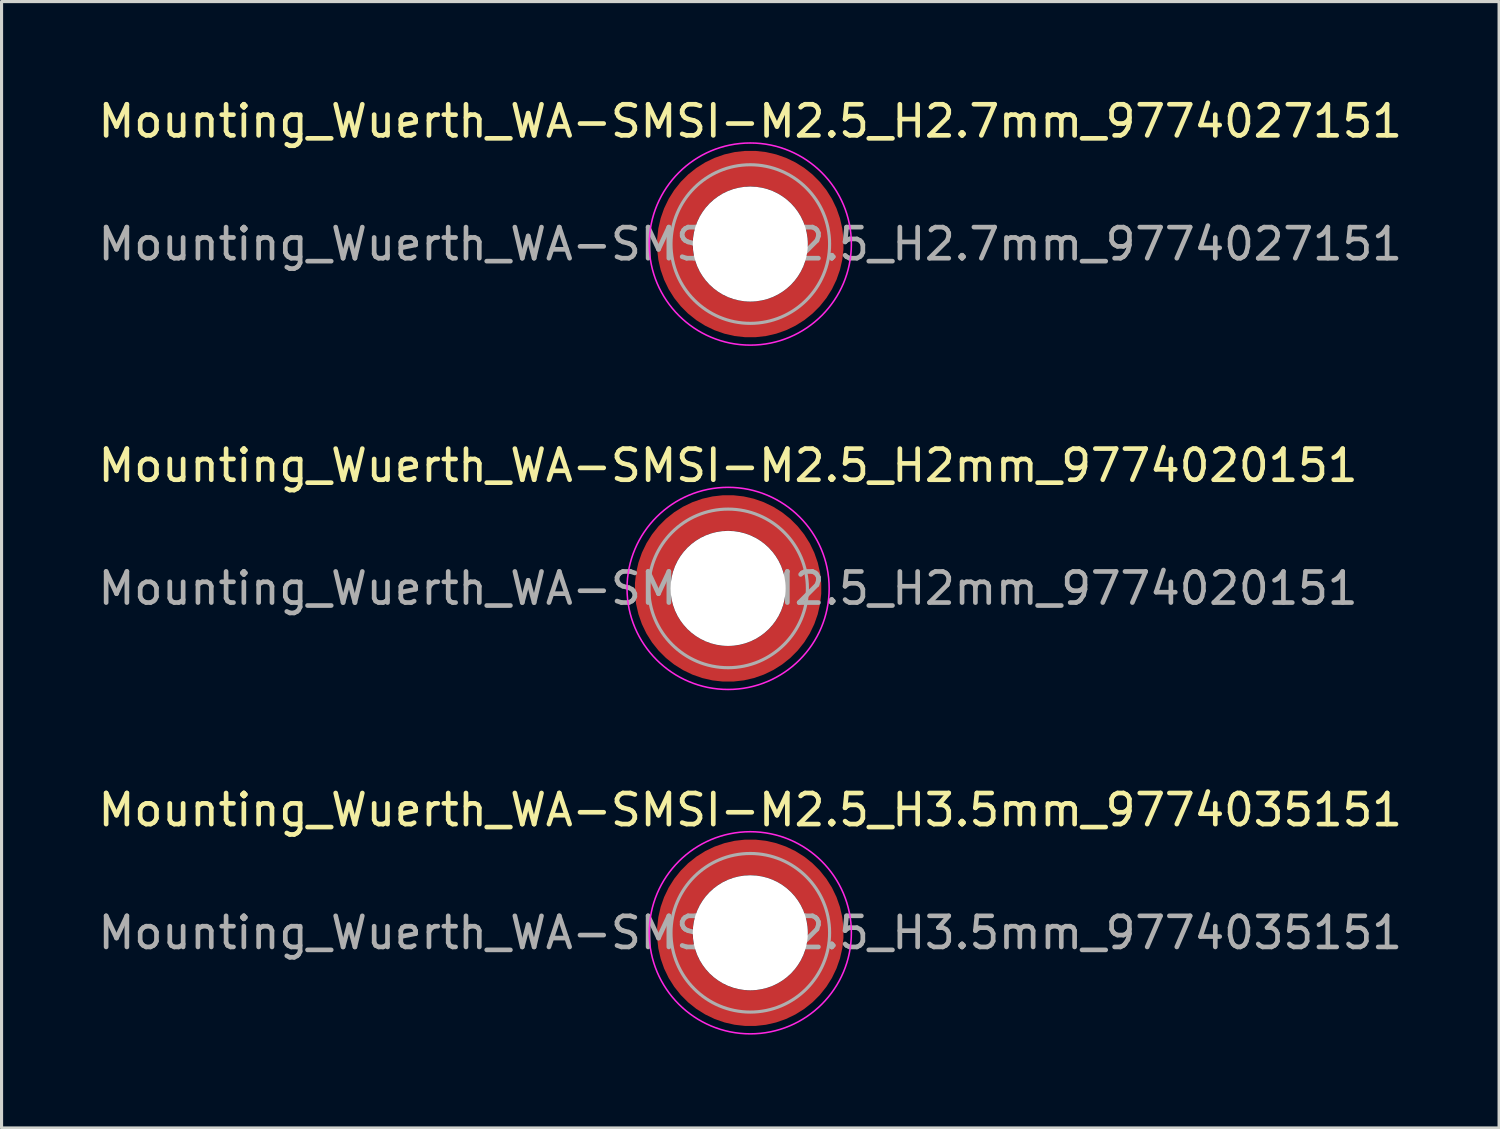
<source format=kicad_pcb>
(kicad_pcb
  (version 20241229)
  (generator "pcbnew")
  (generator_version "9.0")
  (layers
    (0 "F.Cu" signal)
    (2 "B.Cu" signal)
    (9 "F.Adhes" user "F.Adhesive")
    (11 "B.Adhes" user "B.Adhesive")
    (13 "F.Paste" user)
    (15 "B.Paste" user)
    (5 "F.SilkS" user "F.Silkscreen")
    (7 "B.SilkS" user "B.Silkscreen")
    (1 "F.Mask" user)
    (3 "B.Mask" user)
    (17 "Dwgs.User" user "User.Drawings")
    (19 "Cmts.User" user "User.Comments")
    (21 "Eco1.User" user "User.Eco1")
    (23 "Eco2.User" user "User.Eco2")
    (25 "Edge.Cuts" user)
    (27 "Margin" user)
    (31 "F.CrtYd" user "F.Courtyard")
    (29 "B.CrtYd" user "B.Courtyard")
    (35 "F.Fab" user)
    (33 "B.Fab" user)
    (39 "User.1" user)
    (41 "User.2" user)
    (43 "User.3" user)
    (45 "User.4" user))
  (footprint "Mounting_Wuerth_WA-SMSI-M2.5_H2mm_9774020151"
    (layer "F.Cu")
    (at 20.363 15.871)
    (property "Reference" "Mounting_Wuerth_WA-SMSI-M2.5_H2mm_9774020151" (at 0 -3.95 0) (layer "F.SilkS") (effects (font (size 1 1) (thickness 0.15))))
    (attr smd allow_soldermask_bridges)
    (fp_circle (center 0 0) (end 3.25 0) (stroke (width 0.05) (type solid)) (fill no) (layer "F.CrtYd"))
    (fp_circle (center 0 0) (end 2.55 0) (stroke (width 0.1) (type solid)) (fill no) (layer "F.Fab"))
    (fp_text user "${REFERENCE}" (at 0 0 0) (layer "F.Fab") (effects (font (size 1 1) (thickness 0.15))))
    (pad "" smd custom (at -1.704 -1.704) (size 0.51 0.51) (layers "F.Paste") (options (anchor circle)) (primitives (gr_arc (start -0.250195 1.279127) (mid 0.289914 0.289914) (end 1.279127 -0.250195) (width 0.2)) (gr_arc (start -0.34334 1.279127) (mid 0.225488 0.225488) (end 1.279127 -0.34334) (width 0.2)) (gr_arc (start -0.436309 1.279127) (mid 0.161063 0.161063) (end 1.279127 -0.436309) (width 0.2)) (gr_arc (start -0.529126 1.279127) (mid 0.096638 0.096638) (end 1.279127 -0.529126) (width 0.2)) (gr_arc (start -0.621807 1.279127) (mid 0.032213 0.032213) (end 1.279127 -0.621807) (width 0.2)) (gr_arc (start -0.71437 1.279127) (mid -0.032213 -0.032213) (end 1.279127 -0.71437) (width 0.2)) (gr_arc (start -0.806826 1.279127) (mid -0.096638 -0.096638) (end 1.279127 -0.806826) (width 0.2)) (gr_arc (start -0.899187 1.279127) (mid -0.161063 -0.161063) (end 1.279127 -0.899187) (width 0.2)) (gr_arc (start -0.991463 1.279127) (mid -0.225488 -0.225488) (end 1.279127 -0.991463) (width 0.2)) (gr_arc (start -1.083663 1.279127) (mid -0.289914 -0.289914) (end 1.279127 -1.083663) (width 0.2)) (gr_line (start 1.279 -0.25) (end 1.279 -1.084) (width 0.2)) (gr_line (start -0.25 1.279) (end -1.084 1.279) (width 0.2))))
    (pad "" smd custom (at -1.704 1.704) (size 0.51 0.51) (layers "F.Paste") (options (anchor circle)) (primitives (gr_arc (start 1.279127 0.250195) (mid 0.289914 -0.289914) (end -0.250195 -1.279127) (width 0.2)) (gr_arc (start 1.279127 0.34334) (mid 0.225488 -0.225488) (end -0.34334 -1.279127) (width 0.2)) (gr_arc (start 1.279127 0.436309) (mid 0.161063 -0.161063) (end -0.436309 -1.279127) (width 0.2)) (gr_arc (start 1.279127 0.529126) (mid 0.096638 -0.096638) (end -0.529126 -1.279127) (width 0.2)) (gr_arc (start 1.279127 0.621807) (mid 0.032213 -0.032213) (end -0.621807 -1.279127) (width 0.2)) (gr_arc (start 1.279127 0.71437) (mid -0.032213 0.032213) (end -0.71437 -1.279127) (width 0.2)) (gr_arc (start 1.279127 0.806826) (mid -0.096638 0.096638) (end -0.806826 -1.279127) (width 0.2)) (gr_arc (start 1.279127 0.899187) (mid -0.161063 0.161063) (end -0.899187 -1.279127) (width 0.2)) (gr_arc (start 1.279127 0.991463) (mid -0.225488 0.225488) (end -0.991463 -1.279127) (width 0.2)) (gr_arc (start 1.279127 1.083663) (mid -0.289914 0.289914) (end -1.083663 -1.279127) (width 0.2)) (gr_line (start -0.25 -1.279) (end -1.084 -1.279) (width 0.2)) (gr_line (start 1.279 0.25) (end 1.279 1.084) (width 0.2))))
    (pad "" np_thru_hole circle (at 0 0) (size 3.7 3.7) (drill 3.7) (layers "*.Cu" "*.Mask"))
    (pad "" smd custom (at 1.704 -1.704) (size 0.51 0.51) (layers "F.Paste") (options (anchor circle)) (primitives (gr_arc (start -1.279127 -0.250195) (mid -0.289914 0.289914) (end 0.250195 1.279127) (width 0.2)) (gr_arc (start -1.279127 -0.34334) (mid -0.225488 0.225488) (end 0.34334 1.279127) (width 0.2)) (gr_arc (start -1.279127 -0.436309) (mid -0.161063 0.161063) (end 0.436309 1.279127) (width 0.2)) (gr_arc (start -1.279127 -0.529126) (mid -0.096638 0.096638) (end 0.529126 1.279127) (width 0.2)) (gr_arc (start -1.279127 -0.621807) (mid -0.032213 0.032213) (end 0.621807 1.279127) (width 0.2)) (gr_arc (start -1.279127 -0.71437) (mid 0.032213 -0.032213) (end 0.71437 1.279127) (width 0.2)) (gr_arc (start -1.279127 -0.806826) (mid 0.096638 -0.096638) (end 0.806826 1.279127) (width 0.2)) (gr_arc (start -1.279127 -0.899187) (mid 0.161063 -0.161063) (end 0.899187 1.279127) (width 0.2)) (gr_arc (start -1.279127 -0.991463) (mid 0.225488 -0.225488) (end 0.991463 1.279127) (width 0.2)) (gr_arc (start -1.279127 -1.083663) (mid 0.289914 -0.289914) (end 1.083663 1.279127) (width 0.2)) (gr_line (start 0.25 1.279) (end 1.084 1.279) (width 0.2)) (gr_line (start -1.279 -0.25) (end -1.279 -1.084) (width 0.2))))
    (pad "" smd custom (at 1.704 1.704) (size 0.51 0.51) (layers "F.Paste") (options (anchor circle)) (primitives (gr_arc (start 0.250195 -1.279127) (mid -0.289914 -0.289914) (end -1.279127 0.250195) (width 0.2)) (gr_arc (start 0.34334 -1.279127) (mid -0.225488 -0.225488) (end -1.279127 0.34334) (width 0.2)) (gr_arc (start 0.436309 -1.279127) (mid -0.161063 -0.161063) (end -1.279127 0.436309) (width 0.2)) (gr_arc (start 0.529126 -1.279127) (mid -0.096638 -0.096638) (end -1.279127 0.529126) (width 0.2)) (gr_arc (start 0.621807 -1.279127) (mid -0.032213 -0.032213) (end -1.279127 0.621807) (width 0.2)) (gr_arc (start 0.71437 -1.279127) (mid 0.032213 0.032213) (end -1.279127 0.71437) (width 0.2)) (gr_arc (start 0.806826 -1.279127) (mid 0.096638 0.096638) (end -1.279127 0.806826) (width 0.2)) (gr_arc (start 0.899187 -1.279127) (mid 0.161063 0.161063) (end -1.279127 0.899187) (width 0.2)) (gr_arc (start 0.991463 -1.279127) (mid 0.225488 0.225488) (end -1.279127 0.991463) (width 0.2)) (gr_arc (start 1.083663 -1.279127) (mid 0.289914 0.289914) (end -1.279127 1.083663) (width 0.2)) (gr_line (start -1.279 0.25) (end -1.279 1.084) (width 0.2)) (gr_line (start 0.25 -1.279) (end 1.084 -1.279) (width 0.2))))
    (pad "1" smd circle (at -2.425 0) (size 0.642 0.642) (layers "F.Cu"))
    (pad "1" smd circle (at 0 -2.425) (size 0.642 0.642) (layers "F.Cu"))
    (pad "1" smd circle (at 0 2.425) (size 0.642 0.642) (layers "F.Cu"))
    (pad "1" smd custom (at 2.425 0) (size 1.15 1.15) (layers "F.Cu" "F.Mask") (options (anchor circle)) (primitives (gr_circle (center -2.425 0) (end 0 0) (width 1.15) (fill no)))))
  (footprint "Mounting_Wuerth_WA-SMSI-M2.5_H3.5mm_9774035151"
    (layer "F.Cu")
    (at 21.077 26.945)
    (property "Reference" "Mounting_Wuerth_WA-SMSI-M2.5_H3.5mm_9774035151" (at 0 -3.95 0) (layer "F.SilkS") (effects (font (size 1 1) (thickness 0.15))))
    (attr smd allow_soldermask_bridges)
    (fp_circle (center 0 0) (end 3.25 0) (stroke (width 0.05) (type solid)) (fill no) (layer "F.CrtYd"))
    (fp_circle (center 0 0) (end 2.55 0) (stroke (width 0.1) (type solid)) (fill no) (layer "F.Fab"))
    (fp_text user "${REFERENCE}" (at 0 0 0) (layer "F.Fab") (effects (font (size 1 1) (thickness 0.15))))
    (pad "" smd custom (at -1.704 -1.704) (size 0.51 0.51) (layers "F.Paste") (options (anchor circle)) (primitives (gr_arc (start -0.250195 1.279127) (mid 0.289914 0.289914) (end 1.279127 -0.250195) (width 0.2)) (gr_arc (start -0.34334 1.279127) (mid 0.225488 0.225488) (end 1.279127 -0.34334) (width 0.2)) (gr_arc (start -0.436309 1.279127) (mid 0.161063 0.161063) (end 1.279127 -0.436309) (width 0.2)) (gr_arc (start -0.529126 1.279127) (mid 0.096638 0.096638) (end 1.279127 -0.529126) (width 0.2)) (gr_arc (start -0.621807 1.279127) (mid 0.032213 0.032213) (end 1.279127 -0.621807) (width 0.2)) (gr_arc (start -0.71437 1.279127) (mid -0.032213 -0.032213) (end 1.279127 -0.71437) (width 0.2)) (gr_arc (start -0.806826 1.279127) (mid -0.096638 -0.096638) (end 1.279127 -0.806826) (width 0.2)) (gr_arc (start -0.899187 1.279127) (mid -0.161063 -0.161063) (end 1.279127 -0.899187) (width 0.2)) (gr_arc (start -0.991463 1.279127) (mid -0.225488 -0.225488) (end 1.279127 -0.991463) (width 0.2)) (gr_arc (start -1.083663 1.279127) (mid -0.289914 -0.289914) (end 1.279127 -1.083663) (width 0.2)) (gr_line (start 1.279 -0.25) (end 1.279 -1.084) (width 0.2)) (gr_line (start -0.25 1.279) (end -1.084 1.279) (width 0.2))))
    (pad "" smd custom (at -1.704 1.704) (size 0.51 0.51) (layers "F.Paste") (options (anchor circle)) (primitives (gr_arc (start 1.279127 0.250195) (mid 0.289914 -0.289914) (end -0.250195 -1.279127) (width 0.2)) (gr_arc (start 1.279127 0.34334) (mid 0.225488 -0.225488) (end -0.34334 -1.279127) (width 0.2)) (gr_arc (start 1.279127 0.436309) (mid 0.161063 -0.161063) (end -0.436309 -1.279127) (width 0.2)) (gr_arc (start 1.279127 0.529126) (mid 0.096638 -0.096638) (end -0.529126 -1.279127) (width 0.2)) (gr_arc (start 1.279127 0.621807) (mid 0.032213 -0.032213) (end -0.621807 -1.279127) (width 0.2)) (gr_arc (start 1.279127 0.71437) (mid -0.032213 0.032213) (end -0.71437 -1.279127) (width 0.2)) (gr_arc (start 1.279127 0.806826) (mid -0.096638 0.096638) (end -0.806826 -1.279127) (width 0.2)) (gr_arc (start 1.279127 0.899187) (mid -0.161063 0.161063) (end -0.899187 -1.279127) (width 0.2)) (gr_arc (start 1.279127 0.991463) (mid -0.225488 0.225488) (end -0.991463 -1.279127) (width 0.2)) (gr_arc (start 1.279127 1.083663) (mid -0.289914 0.289914) (end -1.083663 -1.279127) (width 0.2)) (gr_line (start -0.25 -1.279) (end -1.084 -1.279) (width 0.2)) (gr_line (start 1.279 0.25) (end 1.279 1.084) (width 0.2))))
    (pad "" np_thru_hole circle (at 0 0) (size 3.7 3.7) (drill 3.7) (layers "*.Cu" "*.Mask"))
    (pad "" smd custom (at 1.704 -1.704) (size 0.51 0.51) (layers "F.Paste") (options (anchor circle)) (primitives (gr_arc (start -1.279127 -0.250195) (mid -0.289914 0.289914) (end 0.250195 1.279127) (width 0.2)) (gr_arc (start -1.279127 -0.34334) (mid -0.225488 0.225488) (end 0.34334 1.279127) (width 0.2)) (gr_arc (start -1.279127 -0.436309) (mid -0.161063 0.161063) (end 0.436309 1.279127) (width 0.2)) (gr_arc (start -1.279127 -0.529126) (mid -0.096638 0.096638) (end 0.529126 1.279127) (width 0.2)) (gr_arc (start -1.279127 -0.621807) (mid -0.032213 0.032213) (end 0.621807 1.279127) (width 0.2)) (gr_arc (start -1.279127 -0.71437) (mid 0.032213 -0.032213) (end 0.71437 1.279127) (width 0.2)) (gr_arc (start -1.279127 -0.806826) (mid 0.096638 -0.096638) (end 0.806826 1.279127) (width 0.2)) (gr_arc (start -1.279127 -0.899187) (mid 0.161063 -0.161063) (end 0.899187 1.279127) (width 0.2)) (gr_arc (start -1.279127 -0.991463) (mid 0.225488 -0.225488) (end 0.991463 1.279127) (width 0.2)) (gr_arc (start -1.279127 -1.083663) (mid 0.289914 -0.289914) (end 1.083663 1.279127) (width 0.2)) (gr_line (start 0.25 1.279) (end 1.084 1.279) (width 0.2)) (gr_line (start -1.279 -0.25) (end -1.279 -1.084) (width 0.2))))
    (pad "" smd custom (at 1.704 1.704) (size 0.51 0.51) (layers "F.Paste") (options (anchor circle)) (primitives (gr_arc (start 0.250195 -1.279127) (mid -0.289914 -0.289914) (end -1.279127 0.250195) (width 0.2)) (gr_arc (start 0.34334 -1.279127) (mid -0.225488 -0.225488) (end -1.279127 0.34334) (width 0.2)) (gr_arc (start 0.436309 -1.279127) (mid -0.161063 -0.161063) (end -1.279127 0.436309) (width 0.2)) (gr_arc (start 0.529126 -1.279127) (mid -0.096638 -0.096638) (end -1.279127 0.529126) (width 0.2)) (gr_arc (start 0.621807 -1.279127) (mid -0.032213 -0.032213) (end -1.279127 0.621807) (width 0.2)) (gr_arc (start 0.71437 -1.279127) (mid 0.032213 0.032213) (end -1.279127 0.71437) (width 0.2)) (gr_arc (start 0.806826 -1.279127) (mid 0.096638 0.096638) (end -1.279127 0.806826) (width 0.2)) (gr_arc (start 0.899187 -1.279127) (mid 0.161063 0.161063) (end -1.279127 0.899187) (width 0.2)) (gr_arc (start 0.991463 -1.279127) (mid 0.225488 0.225488) (end -1.279127 0.991463) (width 0.2)) (gr_arc (start 1.083663 -1.279127) (mid 0.289914 0.289914) (end -1.279127 1.083663) (width 0.2)) (gr_line (start -1.279 0.25) (end -1.279 1.084) (width 0.2)) (gr_line (start 0.25 -1.279) (end 1.084 -1.279) (width 0.2))))
    (pad "1" smd circle (at -2.425 0) (size 0.642 0.642) (layers "F.Cu"))
    (pad "1" smd circle (at 0 -2.425) (size 0.642 0.642) (layers "F.Cu"))
    (pad "1" smd circle (at 0 2.425) (size 0.642 0.642) (layers "F.Cu"))
    (pad "1" smd custom (at 2.425 0) (size 1.15 1.15) (layers "F.Cu" "F.Mask") (options (anchor circle)) (primitives (gr_circle (center -2.425 0) (end 0 0) (width 1.15) (fill no)))))
  (footprint "Mounting_Wuerth_WA-SMSI-M2.5_H2.7mm_9774027151"
    (layer "F.Cu")
    (at 21.077 4.798)
    (property "Reference" "Mounting_Wuerth_WA-SMSI-M2.5_H2.7mm_9774027151" (at 0 -3.95 0) (layer "F.SilkS") (effects (font (size 1 1) (thickness 0.15))))
    (attr smd allow_soldermask_bridges)
    (fp_circle (center 0 0) (end 3.25 0) (stroke (width 0.05) (type solid)) (fill no) (layer "F.CrtYd"))
    (fp_circle (center 0 0) (end 2.55 0) (stroke (width 0.1) (type solid)) (fill no) (layer "F.Fab"))
    (fp_text user "${REFERENCE}" (at 0 0 0) (layer "F.Fab") (effects (font (size 1 1) (thickness 0.15))))
    (pad "" smd custom (at -1.704 -1.704) (size 0.51 0.51) (layers "F.Paste") (options (anchor circle)) (primitives (gr_arc (start -0.250195 1.279127) (mid 0.289914 0.289914) (end 1.279127 -0.250195) (width 0.2)) (gr_arc (start -0.34334 1.279127) (mid 0.225488 0.225488) (end 1.279127 -0.34334) (width 0.2)) (gr_arc (start -0.436309 1.279127) (mid 0.161063 0.161063) (end 1.279127 -0.436309) (width 0.2)) (gr_arc (start -0.529126 1.279127) (mid 0.096638 0.096638) (end 1.279127 -0.529126) (width 0.2)) (gr_arc (start -0.621807 1.279127) (mid 0.032213 0.032213) (end 1.279127 -0.621807) (width 0.2)) (gr_arc (start -0.71437 1.279127) (mid -0.032213 -0.032213) (end 1.279127 -0.71437) (width 0.2)) (gr_arc (start -0.806826 1.279127) (mid -0.096638 -0.096638) (end 1.279127 -0.806826) (width 0.2)) (gr_arc (start -0.899187 1.279127) (mid -0.161063 -0.161063) (end 1.279127 -0.899187) (width 0.2)) (gr_arc (start -0.991463 1.279127) (mid -0.225488 -0.225488) (end 1.279127 -0.991463) (width 0.2)) (gr_arc (start -1.083663 1.279127) (mid -0.289914 -0.289914) (end 1.279127 -1.083663) (width 0.2)) (gr_line (start 1.279 -0.25) (end 1.279 -1.084) (width 0.2)) (gr_line (start -0.25 1.279) (end -1.084 1.279) (width 0.2))))
    (pad "" smd custom (at -1.704 1.704) (size 0.51 0.51) (layers "F.Paste") (options (anchor circle)) (primitives (gr_arc (start 1.279127 0.250195) (mid 0.289914 -0.289914) (end -0.250195 -1.279127) (width 0.2)) (gr_arc (start 1.279127 0.34334) (mid 0.225488 -0.225488) (end -0.34334 -1.279127) (width 0.2)) (gr_arc (start 1.279127 0.436309) (mid 0.161063 -0.161063) (end -0.436309 -1.279127) (width 0.2)) (gr_arc (start 1.279127 0.529126) (mid 0.096638 -0.096638) (end -0.529126 -1.279127) (width 0.2)) (gr_arc (start 1.279127 0.621807) (mid 0.032213 -0.032213) (end -0.621807 -1.279127) (width 0.2)) (gr_arc (start 1.279127 0.71437) (mid -0.032213 0.032213) (end -0.71437 -1.279127) (width 0.2)) (gr_arc (start 1.279127 0.806826) (mid -0.096638 0.096638) (end -0.806826 -1.279127) (width 0.2)) (gr_arc (start 1.279127 0.899187) (mid -0.161063 0.161063) (end -0.899187 -1.279127) (width 0.2)) (gr_arc (start 1.279127 0.991463) (mid -0.225488 0.225488) (end -0.991463 -1.279127) (width 0.2)) (gr_arc (start 1.279127 1.083663) (mid -0.289914 0.289914) (end -1.083663 -1.279127) (width 0.2)) (gr_line (start -0.25 -1.279) (end -1.084 -1.279) (width 0.2)) (gr_line (start 1.279 0.25) (end 1.279 1.084) (width 0.2))))
    (pad "" np_thru_hole circle (at 0 0) (size 3.7 3.7) (drill 3.7) (layers "*.Cu" "*.Mask"))
    (pad "" smd custom (at 1.704 -1.704) (size 0.51 0.51) (layers "F.Paste") (options (anchor circle)) (primitives (gr_arc (start -1.279127 -0.250195) (mid -0.289914 0.289914) (end 0.250195 1.279127) (width 0.2)) (gr_arc (start -1.279127 -0.34334) (mid -0.225488 0.225488) (end 0.34334 1.279127) (width 0.2)) (gr_arc (start -1.279127 -0.436309) (mid -0.161063 0.161063) (end 0.436309 1.279127) (width 0.2)) (gr_arc (start -1.279127 -0.529126) (mid -0.096638 0.096638) (end 0.529126 1.279127) (width 0.2)) (gr_arc (start -1.279127 -0.621807) (mid -0.032213 0.032213) (end 0.621807 1.279127) (width 0.2)) (gr_arc (start -1.279127 -0.71437) (mid 0.032213 -0.032213) (end 0.71437 1.279127) (width 0.2)) (gr_arc (start -1.279127 -0.806826) (mid 0.096638 -0.096638) (end 0.806826 1.279127) (width 0.2)) (gr_arc (start -1.279127 -0.899187) (mid 0.161063 -0.161063) (end 0.899187 1.279127) (width 0.2)) (gr_arc (start -1.279127 -0.991463) (mid 0.225488 -0.225488) (end 0.991463 1.279127) (width 0.2)) (gr_arc (start -1.279127 -1.083663) (mid 0.289914 -0.289914) (end 1.083663 1.279127) (width 0.2)) (gr_line (start 0.25 1.279) (end 1.084 1.279) (width 0.2)) (gr_line (start -1.279 -0.25) (end -1.279 -1.084) (width 0.2))))
    (pad "" smd custom (at 1.704 1.704) (size 0.51 0.51) (layers "F.Paste") (options (anchor circle)) (primitives (gr_arc (start 0.250195 -1.279127) (mid -0.289914 -0.289914) (end -1.279127 0.250195) (width 0.2)) (gr_arc (start 0.34334 -1.279127) (mid -0.225488 -0.225488) (end -1.279127 0.34334) (width 0.2)) (gr_arc (start 0.436309 -1.279127) (mid -0.161063 -0.161063) (end -1.279127 0.436309) (width 0.2)) (gr_arc (start 0.529126 -1.279127) (mid -0.096638 -0.096638) (end -1.279127 0.529126) (width 0.2)) (gr_arc (start 0.621807 -1.279127) (mid -0.032213 -0.032213) (end -1.279127 0.621807) (width 0.2)) (gr_arc (start 0.71437 -1.279127) (mid 0.032213 0.032213) (end -1.279127 0.71437) (width 0.2)) (gr_arc (start 0.806826 -1.279127) (mid 0.096638 0.096638) (end -1.279127 0.806826) (width 0.2)) (gr_arc (start 0.899187 -1.279127) (mid 0.161063 0.161063) (end -1.279127 0.899187) (width 0.2)) (gr_arc (start 0.991463 -1.279127) (mid 0.225488 0.225488) (end -1.279127 0.991463) (width 0.2)) (gr_arc (start 1.083663 -1.279127) (mid 0.289914 0.289914) (end -1.279127 1.083663) (width 0.2)) (gr_line (start -1.279 0.25) (end -1.279 1.084) (width 0.2)) (gr_line (start 0.25 -1.279) (end 1.084 -1.279) (width 0.2))))
    (pad "1" smd circle (at -2.425 0) (size 0.642 0.642) (layers "F.Cu"))
    (pad "1" smd circle (at 0 -2.425) (size 0.642 0.642) (layers "F.Cu"))
    (pad "1" smd circle (at 0 2.425) (size 0.642 0.642) (layers "F.Cu"))
    (pad "1" smd custom (at 2.425 0) (size 1.15 1.15) (layers "F.Cu" "F.Mask") (options (anchor circle)) (primitives (gr_circle (center -2.425 0) (end 0 0) (width 1.15) (fill no)))))
  (gr_rect
    (start -3 -3)
    (end 45.155 33.22)
    (stroke (width 0.1) (type default))
    (fill no)
    (layer "Edge.Cuts")))
</source>
